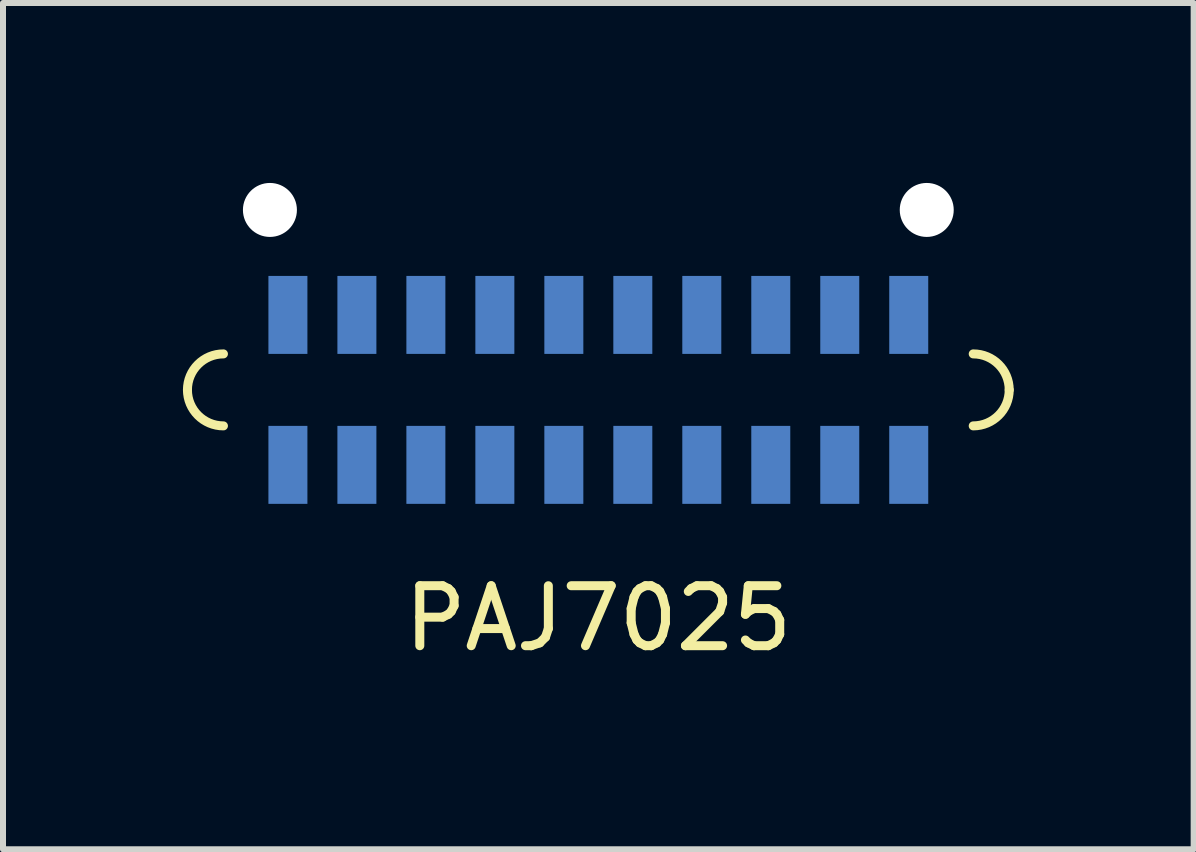
<source format=kicad_pcb>
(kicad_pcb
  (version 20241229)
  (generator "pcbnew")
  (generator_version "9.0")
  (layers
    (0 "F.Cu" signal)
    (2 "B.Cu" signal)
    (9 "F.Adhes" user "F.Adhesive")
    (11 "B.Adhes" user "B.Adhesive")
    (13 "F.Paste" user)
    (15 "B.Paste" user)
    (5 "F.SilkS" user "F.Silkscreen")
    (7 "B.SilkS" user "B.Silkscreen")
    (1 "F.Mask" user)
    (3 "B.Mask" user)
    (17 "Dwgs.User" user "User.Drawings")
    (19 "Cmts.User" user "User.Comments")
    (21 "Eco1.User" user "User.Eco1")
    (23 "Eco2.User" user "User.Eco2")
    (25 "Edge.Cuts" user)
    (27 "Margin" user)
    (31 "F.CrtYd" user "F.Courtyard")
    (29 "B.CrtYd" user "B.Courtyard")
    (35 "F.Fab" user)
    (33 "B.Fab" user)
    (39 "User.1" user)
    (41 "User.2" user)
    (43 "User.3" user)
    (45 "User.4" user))
  (footprint "PAJ7025"
    (layer "F.Cu")
    (at 6.925 3.45)
    (property "Reference" "PAJ7025" (at 0 3.81 0) (layer "F.SilkS") (effects (font (size 1 1) (thickness 0.15))))
    (attr through_hole)
    (fp_arc (start -6.85 0) (mid -6.674264 -0.424264) (end -6.25 -0.6) (stroke (width 0.15) (type solid)) (layer "F.SilkS"))
    (fp_arc (start -6.25 0.6) (mid -6.674264 0.424264) (end -6.85 0) (stroke (width 0.15) (type solid)) (layer "F.SilkS"))
    (fp_arc (start 6.25 -0.6) (mid 6.674264 -0.424264) (end 6.85 0) (stroke (width 0.15) (type solid)) (layer "F.SilkS"))
    (fp_arc (start 6.85 0) (mid 6.674264 0.424264) (end 6.25 0.6) (stroke (width 0.15) (type solid)) (layer "F.SilkS"))
    (pad "" np_thru_hole oval (at -5.475 -3) (size 0.9 0.9) (drill 0.9) (layers "*.Cu"))
    (pad "" np_thru_hole oval (at 5.475 -3) (size 0.9 0.9) (drill 0.9) (layers "*.Cu"))
    (pad "1" smd rect (at -5.175 1.25) (size 0.65 1.3) (layers "B.Cu" "B.Mask" "B.Paste"))
    (pad "2" smd rect (at -4.025 1.25) (size 0.65 1.3) (layers "B.Cu" "B.Mask" "B.Paste"))
    (pad "3" smd rect (at -2.875 1.25) (size 0.65 1.3) (layers "B.Cu" "B.Mask" "B.Paste"))
    (pad "4" smd rect (at -1.725 1.25) (size 0.65 1.3) (layers "B.Cu" "B.Mask" "B.Paste"))
    (pad "5" smd rect (at -0.575 1.25) (size 0.65 1.3) (layers "B.Cu" "B.Mask" "B.Paste"))
    (pad "6" smd rect (at 0.575 1.25) (size 0.65 1.3) (layers "B.Cu" "B.Mask" "B.Paste"))
    (pad "7" smd rect (at 1.725 1.25) (size 0.65 1.3) (layers "B.Cu" "B.Mask" "B.Paste"))
    (pad "8" smd rect (at 2.875 1.25) (size 0.65 1.3) (layers "B.Cu" "B.Mask" "B.Paste"))
    (pad "9" smd rect (at 4.025 1.25) (size 0.65 1.3) (layers "B.Cu" "B.Mask" "B.Paste"))
    (pad "10" smd rect (at 5.175 1.25) (size 0.65 1.3) (layers "B.Cu" "B.Mask" "B.Paste"))
    (pad "11" smd rect (at 5.175 -1.25) (size 0.65 1.3) (layers "B.Cu" "B.Mask" "B.Paste"))
    (pad "12" smd rect (at 4.025 -1.25) (size 0.65 1.3) (layers "B.Cu" "B.Mask" "B.Paste"))
    (pad "13" smd rect (at 2.875 -1.25) (size 0.65 1.3) (layers "B.Cu" "B.Mask" "B.Paste"))
    (pad "14" smd rect (at 1.725 -1.25) (size 0.65 1.3) (layers "B.Cu" "B.Mask" "B.Paste"))
    (pad "15" smd rect (at 0.575 -1.25) (size 0.65 1.3) (layers "B.Cu" "B.Mask" "B.Paste"))
    (pad "16" smd rect (at -0.575 -1.25) (size 0.65 1.3) (layers "B.Cu" "B.Mask" "B.Paste"))
    (pad "17" smd rect (at -1.725 -1.25) (size 0.65 1.3) (layers "B.Cu" "B.Mask" "B.Paste"))
    (pad "18" smd rect (at -2.875 -1.25) (size 0.65 1.3) (layers "B.Cu" "B.Mask" "B.Paste"))
    (pad "19" smd rect (at -4.025 -1.25) (size 0.65 1.3) (layers "B.Cu" "B.Mask" "B.Paste"))
    (pad "20" smd rect (at -5.175 -1.25) (size 0.65 1.3) (layers "B.Cu" "B.Mask" "B.Paste")))
  (gr_rect
    (start -3 -3)
    (end 16.85 11.108)
    (stroke (width 0.1) (type default))
    (fill no)
    (layer "Edge.Cuts")))
</source>
